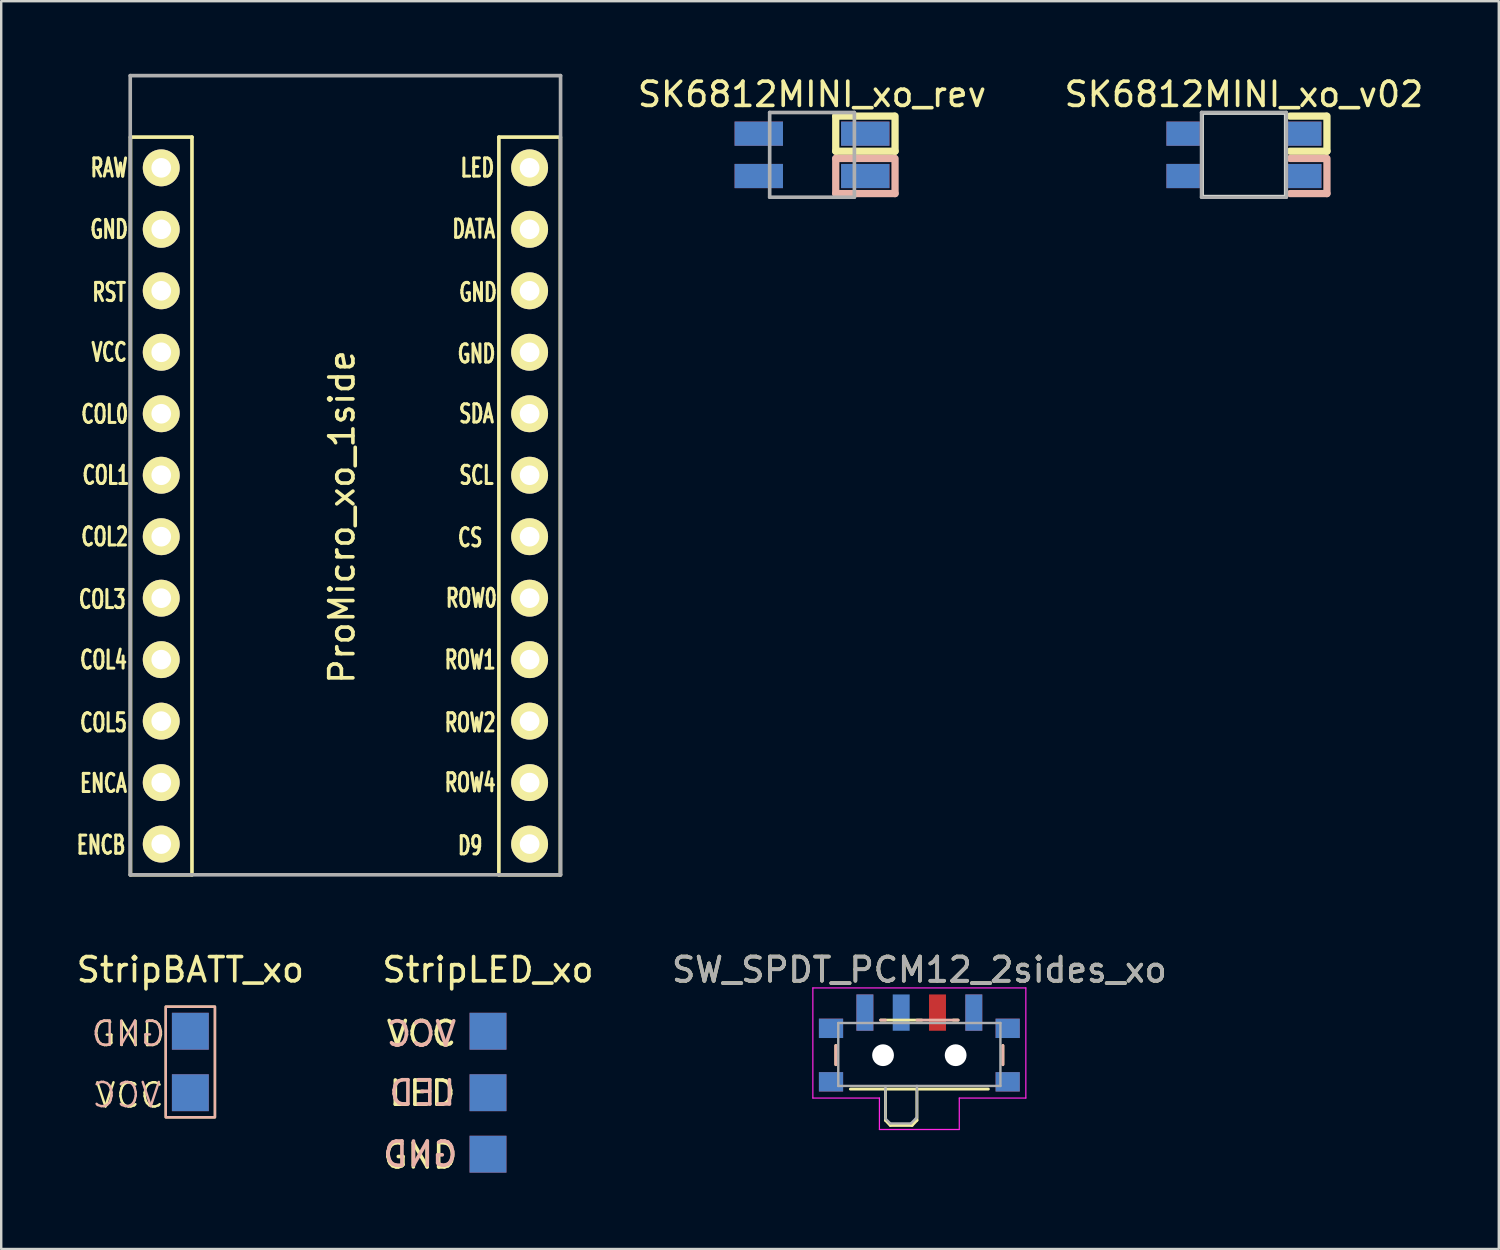
<source format=kicad_pcb>
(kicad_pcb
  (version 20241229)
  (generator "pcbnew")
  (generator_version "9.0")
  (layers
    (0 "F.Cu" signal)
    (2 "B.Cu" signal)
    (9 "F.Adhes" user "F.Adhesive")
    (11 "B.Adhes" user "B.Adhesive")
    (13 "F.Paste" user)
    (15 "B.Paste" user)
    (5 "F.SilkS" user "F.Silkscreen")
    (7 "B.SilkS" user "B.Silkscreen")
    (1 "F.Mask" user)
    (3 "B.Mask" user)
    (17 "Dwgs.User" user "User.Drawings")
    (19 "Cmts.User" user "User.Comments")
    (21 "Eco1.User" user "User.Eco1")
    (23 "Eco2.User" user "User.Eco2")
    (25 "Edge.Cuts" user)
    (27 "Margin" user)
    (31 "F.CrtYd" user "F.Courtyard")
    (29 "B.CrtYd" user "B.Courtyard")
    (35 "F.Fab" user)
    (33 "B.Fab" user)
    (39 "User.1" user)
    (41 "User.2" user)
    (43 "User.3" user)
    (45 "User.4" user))
  (footprint "StripLED_xo"
    (layer "F.Cu")
    (at 17.113 39.558)
    (property "Reference" "StripLED_xo" (at 0 -2.54 0) (layer "F.SilkS") (effects (font (size 1 1) (thickness 0.15))))
    (attr through_hole)
    (fp_text user "VCC" (at -2.75 0.1 0) (layer "F.SilkS") (effects (font (size 1 1) (thickness 0.15))))
    (fp_text user "GND" (at -2.8 5.15 0) (layer "F.SilkS") (effects (font (size 1 1) (thickness 0.15))))
    (fp_text user "LED" (at -2.71 2.56 0) (layer "F.SilkS") (effects (font (size 1 1) (thickness 0.15))))
    (fp_text user "LED" (at -2.714 2.549 0) (layer "B.SilkS") (effects (font (size 1 1) (thickness 0.15)) (justify mirror)))
    (fp_text user "VCC" (at -2.75 0.112 0) (layer "B.SilkS") (effects (font (size 1 1) (thickness 0.15)) (justify mirror)))
    (fp_text user "GND" (at -2.794 5.08 0) (layer "B.SilkS") (effects (font (size 1 1) (thickness 0.15)) (justify mirror)))
    (pad "1" smd rect (at 0 5.08) (size 1.524 1.524) (layers "F.Cu" "F.Mask"))
    (pad "1" smd rect (at 0 5.08) (size 1.524 1.524) (layers "B.Cu" "B.Mask"))
    (pad "2" smd rect (at 0 2.54) (size 1.524 1.524) (layers "F.Cu" "F.Mask"))
    (pad "2" smd rect (at 0 2.54) (size 1.524 1.524) (layers "B.Cu" "B.Mask"))
    (pad "3" smd rect (at 0 0) (size 1.524 1.524) (layers "F.Cu" "F.Mask"))
    (pad "3" smd rect (at 0 0) (size 1.524 1.524) (layers "B.Cu" "B.Mask")))
  (footprint "SK6812MINI_xo_v02"
    (layer "F.Cu")
    (at 48.346 3.348)
    (property "Reference" "SK6812MINI_xo_v02" (at 0 -2.5 0) (layer "F.SilkS") (effects (font (size 1 1) (thickness 0.15))))
    (attr through_hole)
    (fp_line (start 1.905 -1.6) (end 3.4 -1.6) (stroke (width 0.3) (type solid)) (layer "F.SilkS"))
    (fp_line (start 3.43 -1.6) (end 3.43 -0.15) (stroke (width 0.3) (type solid)) (layer "F.SilkS"))
    (fp_line (start 3.43 -0.15) (end 1.905 -0.15) (stroke (width 0.3) (type solid)) (layer "F.SilkS"))
    (fp_line (start 1.905 0.15) (end 3.4 0.15) (stroke (width 0.3) (type solid)) (layer "B.SilkS"))
    (fp_line (start 3.43 0.15) (end 3.43 1.6) (stroke (width 0.3) (type solid)) (layer "B.SilkS"))
    (fp_line (start 3.43 1.6) (end 1.905 1.6) (stroke (width 0.3) (type solid)) (layer "B.SilkS"))
    (fp_rect (start -1.676 -1.676) (end 1.676 1.676) (stroke (width 0.05) (type default)) (fill no) (layer "Edge.Cuts"))
    (fp_line (start -1.75 -1.75) (end -1.75 1.75) (stroke (width 0.15) (type solid)) (layer "F.Fab"))
    (fp_line (start -1.75 -1.75) (end 1.75 -1.75) (stroke (width 0.15) (type solid)) (layer "F.Fab"))
    (fp_line (start 1.75 -1.75) (end 1.75 1.75) (stroke (width 0.15) (type solid)) (layer "F.Fab"))
    (fp_line (start 1.75 1.75) (end -1.75 1.75) (stroke (width 0.15) (type solid)) (layer "F.Fab"))
    (pad "1" smd rect (at -2.514 -0.875) (size 1.38 1) (layers "F.Cu" "F.Mask" "F.Paste"))
    (pad "1" smd rect (at -2.514 0.875) (size 1.38 1) (layers "B.Cu" "B.Mask" "B.Paste"))
    (pad "2" smd rect (at 2.514 -0.875) (size 1.38 1) (layers "F.Cu" "F.Mask" "F.Paste"))
    (pad "2" smd rect (at 2.514 0.875) (size 1.38 1) (layers "B.Cu" "B.Mask" "B.Paste"))
    (pad "3" smd rect (at 2.514 -0.875) (size 1.38 1) (layers "B.Cu" "B.Mask" "B.Paste"))
    (pad "3" smd rect (at 2.514 0.875) (size 1.38 1) (layers "F.Cu" "F.Mask" "F.Paste"))
    (pad "4" smd rect (at -2.514 -0.875) (size 1.38 1) (layers "B.Cu" "B.Mask" "B.Paste"))
    (pad "4" smd rect (at -2.514 0.875) (size 1.38 1) (layers "F.Cu" "F.Mask" "F.Paste")))
  (footprint "ProMicro_xo_1side"
    (layer "F.Cu")
    (at 11.176 18.363)
    (property "Reference" "ProMicro_xo_1side" (at -0.1 -0.05 270) (layer "F.SilkS") (effects (font (size 1 1) (thickness 0.15))))
    (attr through_hole)
    (fp_line (start -8.834 -15.748) (end -6.294 -15.748) (stroke (width 0.15) (type solid)) (layer "F.SilkS"))
    (fp_line (start -8.834 14.732) (end -8.834 -15.748) (stroke (width 0.15) (type solid)) (layer "F.SilkS"))
    (fp_line (start -6.294 -15.748) (end -6.294 14.732) (stroke (width 0.15) (type solid)) (layer "F.SilkS"))
    (fp_line (start -6.294 14.732) (end -8.834 14.732) (stroke (width 0.15) (type solid)) (layer "F.SilkS"))
    (fp_line (start 6.386 -15.748) (end 8.926 -15.748) (stroke (width 0.15) (type solid)) (layer "F.SilkS"))
    (fp_line (start 6.386 14.732) (end 6.386 -15.748) (stroke (width 0.15) (type solid)) (layer "F.SilkS"))
    (fp_line (start 8.926 -15.748) (end 8.926 14.732) (stroke (width 0.15) (type solid)) (layer "F.SilkS"))
    (fp_line (start 8.926 14.732) (end 6.386 14.732) (stroke (width 0.15) (type solid)) (layer "F.SilkS"))
    (fp_line (start -8.845 -18.288) (end 8.935 -18.288) (stroke (width 0.15) (type solid)) (layer "F.Fab"))
    (fp_line (start -8.845 14.732) (end -8.845 -18.288) (stroke (width 0.15) (type solid)) (layer "F.Fab"))
    (fp_line (start 8.935 -18.288) (end 8.935 14.732) (stroke (width 0.15) (type solid)) (layer "F.Fab"))
    (fp_line (start 8.935 14.732) (end -8.845 14.732) (stroke (width 0.15) (type solid)) (layer "F.Fab"))
    (fp_text user "ENCA" (at -9.95 10.95 0) (layer "F.SilkS") (effects (font (size 0.75 0.5) (thickness 0.125))))
    (fp_text user "COL5" (at -9.95 8.445 0) (layer "F.SilkS") (effects (font (size 0.75 0.5) (thickness 0.125))))
    (fp_text user "GND" (at 5.524 -9.335 0) (layer "F.SilkS") (effects (font (size 0.75 0.5) (thickness 0.125))))
    (fp_text user "ROW2" (at 5.2 8.445 0) (layer "F.SilkS") (effects (font (size 0.75 0.5) (thickness 0.125))))
    (fp_text user "LED" (at 5.5 -14.478 0) (layer "F.SilkS") (effects (font (size 0.75 0.5) (thickness 0.125))))
    (fp_text user "RST" (at -9.716 -9.335 0) (layer "F.SilkS") (effects (font (size 0.75 0.5) (thickness 0.125))))
    (fp_text user "" (at -0.5 -17.25 0) (layer "F.SilkS") (effects (font (size 1 1) (thickness 0.15))))
    (fp_text user "D9" (at 5.2 13.525 0) (layer "F.SilkS") (effects (font (size 0.75 0.5) (thickness 0.125))))
    (fp_text user "COL4" (at -9.95 5.85 0) (layer "F.SilkS") (effects (font (size 0.75 0.5) (thickness 0.125))))
    (fp_text user "COL0" (at -9.9 -4.3 0) (layer "F.SilkS") (effects (font (size 0.75 0.5) (thickness 0.125))))
    (fp_text user "ROW0" (at 5.25 3.302 0) (layer "F.SilkS") (effects (font (size 0.75 0.5) (thickness 0.125))))
    (fp_text user "COL1" (at -9.85 -1.778 0) (layer "F.SilkS") (effects (font (size 0.75 0.5) (thickness 0.125))))
    (fp_text user "ENCB" (at -10.05 13.5 0) (layer "F.SilkS") (effects (font (size 0.75 0.5) (thickness 0.125))))
    (fp_text user "ROW1" (at 5.2 5.85 0) (layer "F.SilkS") (effects (font (size 0.75 0.5) (thickness 0.125))))
    (fp_text user "COL3" (at -10 3.35 0) (layer "F.SilkS") (effects (font (size 0.75 0.5) (thickness 0.125))))
    (fp_text user "SCL" (at 5.461 -1.778 0) (layer "F.SilkS") (effects (font (size 0.75 0.5) (thickness 0.125))))
    (fp_text user "CS" (at 5.2 0.8 0) (layer "F.SilkS") (effects (font (size 0.75 0.5) (thickness 0.125))))
    (fp_text user "DATA" (at 5.35 -11.95 0) (layer "F.SilkS") (effects (font (size 0.75 0.5) (thickness 0.125))))
    (fp_text user "SDA" (at 5.461 -4.318 0) (layer "F.SilkS") (effects (font (size 0.75 0.5) (thickness 0.125))))
    (fp_text user "GND" (at -9.716 -11.938 0) (layer "F.SilkS") (effects (font (size 0.75 0.5) (thickness 0.125))))
    (fp_text user "RAW" (at -9.716 -14.478 0) (layer "F.SilkS") (effects (font (size 0.75 0.5) (thickness 0.125))))
    (fp_text user "GND" (at 5.461 -6.795 0) (layer "F.SilkS") (effects (font (size 0.75 0.5) (thickness 0.125))))
    (fp_text user "COL2" (at -9.9 0.762 0) (layer "F.SilkS") (effects (font (size 0.75 0.5) (thickness 0.125))))
    (fp_text user "ROW4" (at 5.2 10.922 0) (layer "F.SilkS") (effects (font (size 0.75 0.5) (thickness 0.125))))
    (fp_text user "VCC" (at -9.716 -6.858 0) (layer "F.SilkS") (effects (font (size 0.75 0.5) (thickness 0.125))))
    (fp_text user "" (at -1.206 -16.256 0) (layer "B.SilkS") (effects (font (size 1 1) (thickness 0.15)) (justify mirror)))
    (pad "1" thru_hole circle (at 7.656 -14.478) (size 1.524 1.524) (drill 0.813) (layers "*.Cu" "B.Mask" "F.SilkS"))
    (pad "2" thru_hole circle (at 7.656 -11.938) (size 1.524 1.524) (drill 0.813) (layers "*.Cu" "B.Mask" "F.SilkS"))
    (pad "3" thru_hole circle (at 7.656 -9.398) (size 1.524 1.524) (drill 0.813) (layers "*.Cu" "B.Mask" "F.SilkS"))
    (pad "4" thru_hole circle (at 7.656 -6.858) (size 1.524 1.524) (drill 0.813) (layers "*.Cu" "B.Mask" "F.SilkS"))
    (pad "5" thru_hole circle (at 7.656 -4.318) (size 1.524 1.524) (drill 0.813) (layers "*.Cu" "B.Mask" "F.SilkS"))
    (pad "6" thru_hole circle (at 7.656 -1.778) (size 1.524 1.524) (drill 0.813) (layers "*.Cu" "B.Mask" "F.SilkS"))
    (pad "7" thru_hole circle (at 7.656 0.762) (size 1.524 1.524) (drill 0.813) (layers "*.Cu" "B.Mask" "F.SilkS"))
    (pad "8" thru_hole circle (at 7.656 3.302) (size 1.524 1.524) (drill 0.813) (layers "*.Cu" "B.Mask" "F.SilkS"))
    (pad "9" thru_hole circle (at 7.656 5.842) (size 1.524 1.524) (drill 0.813) (layers "*.Cu" "B.Mask" "F.SilkS"))
    (pad "10" thru_hole circle (at 7.656 8.382) (size 1.524 1.524) (drill 0.813) (layers "*.Cu" "B.Mask" "F.SilkS"))
    (pad "11" thru_hole circle (at 7.656 10.922) (size 1.524 1.524) (drill 0.813) (layers "*.Cu" "B.Mask" "F.SilkS"))
    (pad "12" thru_hole circle (at 7.656 13.462) (size 1.524 1.524) (drill 0.813) (layers "*.Cu" "B.Mask" "F.SilkS"))
    (pad "13" thru_hole circle (at -7.564 13.462) (size 1.524 1.524) (drill 0.813) (layers "*.Cu" "B.Mask" "F.SilkS"))
    (pad "14" thru_hole circle (at -7.564 10.922) (size 1.524 1.524) (drill 0.813) (layers "*.Cu" "B.Mask" "F.SilkS"))
    (pad "15" thru_hole circle (at -7.564 8.382) (size 1.524 1.524) (drill 0.813) (layers "*.Cu" "B.Mask" "F.SilkS"))
    (pad "16" thru_hole circle (at -7.564 5.842) (size 1.524 1.524) (drill 0.813) (layers "*.Cu" "B.Mask" "F.SilkS"))
    (pad "17" thru_hole circle (at -7.564 3.302) (size 1.524 1.524) (drill 0.813) (layers "*.Cu" "B.Mask" "F.SilkS"))
    (pad "18" thru_hole circle (at -7.564 0.762) (size 1.524 1.524) (drill 0.813) (layers "*.Cu" "B.Mask" "F.SilkS"))
    (pad "19" thru_hole circle (at -7.564 -1.778) (size 1.524 1.524) (drill 0.813) (layers "*.Cu" "B.Mask" "F.SilkS"))
    (pad "20" thru_hole circle (at -7.564 -4.318) (size 1.524 1.524) (drill 0.813) (layers "*.Cu" "B.Mask" "F.SilkS"))
    (pad "21" thru_hole circle (at -7.564 -6.858) (size 1.524 1.524) (drill 0.813) (layers "*.Cu" "B.Mask" "F.SilkS"))
    (pad "22" thru_hole circle (at -7.564 -9.398) (size 1.524 1.524) (drill 0.813) (layers "*.Cu" "B.Mask" "F.SilkS"))
    (pad "23" thru_hole circle (at -7.564 -11.938) (size 1.524 1.524) (drill 0.813) (layers "*.Cu" "B.Mask" "F.SilkS"))
    (pad "24" thru_hole circle (at -7.564 -14.478) (size 1.524 1.524) (drill 0.813) (layers "*.Cu" "B.Mask" "F.SilkS")))
  (footprint "SK6812MINI_xo_rev"
    (layer "F.Cu")
    (at 30.501 3.348)
    (property "Reference" "SK6812MINI_xo_rev" (at 0 -2.5 0) (layer "F.SilkS") (effects (font (size 1 1) (thickness 0.15))))
    (attr through_hole)
    (fp_line (start 0.98 -1.6) (end 3.4 -1.6) (stroke (width 0.3) (type solid)) (layer "F.SilkS"))
    (fp_line (start 0.98 -0.15) (end 0.98 -1.6) (stroke (width 0.3) (type solid)) (layer "F.SilkS"))
    (fp_line (start 3.43 -1.6) (end 3.43 -0.15) (stroke (width 0.3) (type solid)) (layer "F.SilkS"))
    (fp_line (start 3.43 -0.15) (end 0.98 -0.15) (stroke (width 0.3) (type solid)) (layer "F.SilkS"))
    (fp_line (start 0.98 0.15) (end 3.4 0.15) (stroke (width 0.3) (type solid)) (layer "B.SilkS"))
    (fp_line (start 0.98 1.6) (end 0.98 0.15) (stroke (width 0.3) (type solid)) (layer "B.SilkS"))
    (fp_line (start 3.43 0.15) (end 3.43 1.6) (stroke (width 0.3) (type solid)) (layer "B.SilkS"))
    (fp_line (start 3.43 1.6) (end 0.98 1.6) (stroke (width 0.3) (type solid)) (layer "B.SilkS"))
    (fp_line (start -1.75 -1.75) (end -1.75 1.75) (stroke (width 0.15) (type solid)) (layer "F.Fab"))
    (fp_line (start -1.75 -1.75) (end 1.75 -1.75) (stroke (width 0.15) (type solid)) (layer "F.Fab"))
    (fp_line (start 1.75 -1.75) (end 1.75 1.75) (stroke (width 0.15) (type solid)) (layer "F.Fab"))
    (fp_line (start 1.75 1.75) (end -1.75 1.75) (stroke (width 0.15) (type solid)) (layer "F.Fab"))
    (pad "1" smd rect (at -2.2 -0.875) (size 2 1) (layers "F.Cu" "F.Mask" "F.Paste"))
    (pad "1" smd rect (at -2.2 0.875) (size 2 1) (layers "B.Cu" "B.Mask" "B.Paste"))
    (pad "2" smd rect (at 2.2 -0.875) (size 2 1) (layers "F.Cu" "F.Mask" "F.Paste"))
    (pad "2" smd rect (at 2.2 0.875) (size 2 1) (layers "B.Cu" "B.Mask" "B.Paste"))
    (pad "3" smd rect (at 2.2 -0.875) (size 2 1) (layers "B.Cu" "B.Mask" "B.Paste"))
    (pad "3" smd rect (at 2.2 0.875) (size 2 1) (layers "F.Cu" "F.Mask" "F.Paste"))
    (pad "4" smd rect (at -2.2 -0.875) (size 2 1) (layers "B.Cu" "B.Mask" "B.Paste"))
    (pad "4" smd rect (at -2.2 0.875) (size 2 1) (layers "F.Cu" "F.Mask" "F.Paste")))
  (footprint "SW_SPDT_PCM12_2sides_xo"
    (layer "F.Cu")
    (at 34.935 40.218)
    (property "Reference" "SW_SPDT_PCM12_2sides_xo" (at 0 -3.2 0) (layer "F.SilkS") (effects (font (size 1 1) (thickness 0.15))))
    (attr smd)
    (fp_line (start -3.45 -0.07) (end -3.45 0.72) (stroke (width 0.12) (type solid)) (layer "F.SilkS"))
    (fp_line (start -2.85 1.73) (end 2.85 1.73) (stroke (width 0.12) (type solid)) (layer "F.SilkS"))
    (fp_line (start -1.6 -1.12) (end 0.1 -1.12) (stroke (width 0.12) (type solid)) (layer "F.SilkS"))
    (fp_line (start -1.4 1.73) (end -1.4 3.02) (stroke (width 0.12) (type solid)) (layer "F.SilkS"))
    (fp_line (start -1.4 3.02) (end -1.2 3.23) (stroke (width 0.12) (type solid)) (layer "F.SilkS"))
    (fp_line (start -1.2 3.23) (end -0.3 3.23) (stroke (width 0.12) (type solid)) (layer "F.SilkS"))
    (fp_line (start -0.1 3.02) (end -0.3 3.23) (stroke (width 0.12) (type solid)) (layer "F.SilkS"))
    (fp_line (start -0.1 3.02) (end -0.1 1.73) (stroke (width 0.12) (type solid)) (layer "F.SilkS"))
    (fp_line (start 1.4 -1.12) (end 1.6 -1.12) (stroke (width 0.12) (type solid)) (layer "F.SilkS"))
    (fp_line (start 3.45 0.72) (end 3.45 -0.07) (stroke (width 0.12) (type solid)) (layer "F.SilkS"))
    (fp_line (start -3.45 -0.07) (end -3.45 0.72) (stroke (width 0.12) (type solid)) (layer "B.SilkS"))
    (fp_line (start -1.4 -1.12) (end -1.6 -1.12) (stroke (width 0.12) (type solid)) (layer "B.SilkS"))
    (fp_line (start 1.6 -1.12) (end -0.1 -1.12) (stroke (width 0.12) (type solid)) (layer "B.SilkS"))
    (fp_line (start 3.45 0.72) (end 3.45 -0.07) (stroke (width 0.12) (type solid)) (layer "B.SilkS"))
    (fp_line (start -4.4 -2.45) (end 4.4 -2.45) (stroke (width 0.05) (type solid)) (layer "F.CrtYd"))
    (fp_line (start -4.4 2.1) (end -4.4 -2.45) (stroke (width 0.05) (type solid)) (layer "F.CrtYd"))
    (fp_line (start -1.65 2.1) (end -4.4 2.1) (stroke (width 0.05) (type solid)) (layer "F.CrtYd"))
    (fp_line (start -1.65 3.4) (end -1.65 2.1) (stroke (width 0.05) (type solid)) (layer "F.CrtYd"))
    (fp_line (start 1.65 2.1) (end 1.65 3.4) (stroke (width 0.05) (type solid)) (layer "F.CrtYd"))
    (fp_line (start 1.65 3.4) (end -1.65 3.4) (stroke (width 0.05) (type solid)) (layer "F.CrtYd"))
    (fp_line (start 4.4 -2.45) (end 4.4 2.1) (stroke (width 0.05) (type solid)) (layer "F.CrtYd"))
    (fp_line (start 4.4 2.1) (end 1.65 2.1) (stroke (width 0.05) (type solid)) (layer "F.CrtYd"))
    (fp_line (start -3.35 -1) (end -3.35 1.6) (stroke (width 0.1) (type solid)) (layer "F.Fab"))
    (fp_line (start -3.35 1.6) (end 3.35 1.6) (stroke (width 0.1) (type solid)) (layer "F.Fab"))
    (fp_line (start -1.4 1.65) (end -1.4 2.95) (stroke (width 0.1) (type solid)) (layer "F.Fab"))
    (fp_line (start -1.4 2.95) (end -1.2 3.15) (stroke (width 0.1) (type solid)) (layer "F.Fab"))
    (fp_line (start -1.2 3.15) (end -0.35 3.15) (stroke (width 0.1) (type solid)) (layer "F.Fab"))
    (fp_line (start -0.35 3.15) (end -0.15 2.95) (stroke (width 0.1) (type solid)) (layer "F.Fab"))
    (fp_line (start -0.15 2.95) (end -0.1 2.9) (stroke (width 0.1) (type solid)) (layer "F.Fab"))
    (fp_line (start -0.1 2.9) (end -0.1 1.6) (stroke (width 0.1) (type solid)) (layer "F.Fab"))
    (fp_line (start 3.35 -1) (end -3.35 -1) (stroke (width 0.1) (type solid)) (layer "F.Fab"))
    (fp_line (start 3.35 1.6) (end 3.35 -1) (stroke (width 0.1) (type solid)) (layer "F.Fab"))
    (fp_text user "${REFERENCE}" (at 0 -3.2 0) (layer "F.Fab") (effects (font (size 1 1) (thickness 0.15))))
    (pad "" smd rect (at -3.65 -0.78) (size 1 0.8) (layers "F.Cu" "F.Mask" "F.Paste"))
    (pad "" smd rect (at -3.65 -0.78) (size 1 0.8) (layers "B.Cu" "B.Mask" "B.Paste"))
    (pad "" smd rect (at -3.65 1.43) (size 1 0.8) (layers "F.Cu" "F.Mask" "F.Paste"))
    (pad "" smd rect (at -3.65 1.43) (size 1 0.8) (layers "B.Cu" "B.Mask" "B.Paste"))
    (pad "" np_thru_hole circle (at -1.5 0.33) (size 0.9 0.9) (drill 0.9) (layers "*.Cu" "*.Mask"))
    (pad "" np_thru_hole circle (at 1.5 0.33) (size 0.9 0.9) (drill 0.9) (layers "*.Cu" "*.Mask"))
    (pad "" smd rect (at 3.65 -0.78) (size 1 0.8) (layers "F.Cu" "F.Mask" "F.Paste"))
    (pad "" smd rect (at 3.65 -0.78) (size 1 0.8) (layers "B.Cu" "B.Mask" "B.Paste"))
    (pad "" smd rect (at 3.65 1.43) (size 1 0.8) (layers "F.Cu" "F.Mask" "F.Paste"))
    (pad "" smd rect (at 3.65 1.43) (size 1 0.8) (layers "B.Cu" "B.Mask" "B.Paste"))
    (pad "1" smd rect (at -2.25 -1.43) (size 0.7 1.5) (layers "F.Cu" "F.Mask" "F.Paste"))
    (pad "1" smd rect (at 2.25 -1.43) (size 0.7 1.5) (layers "B.Cu" "B.Mask" "B.Paste"))
    (pad "2" smd rect (at -0.75 -1.43) (size 0.7 1.5) (layers "B.Cu" "B.Mask" "B.Paste"))
    (pad "2" smd rect (at 0.75 -1.43) (size 0.7 1.5) (layers "F.Cu" "F.Mask" "F.Paste"))
    (pad "3" smd rect (at -2.25 -1.43) (size 0.7 1.5) (layers "B.Cu" "B.Mask" "B.Paste"))
    (pad "3" smd rect (at 2.25 -1.43) (size 0.7 1.5) (layers "F.Cu" "F.Mask" "F.Paste")))
  (footprint "StripBATT_xo"
    (layer "F.Cu")
    (at 4.815 39.558)
    (property "Reference" "StripBATT_xo" (at 0 -2.54 0) (layer "F.SilkS") (effects (font (size 1 1) (thickness 0.15))))
    (attr through_hole)
    (fp_rect (start 1.016 -1.016) (end -1.016 3.556) (stroke (width 0.1) (type default)) (fill no) (layer "F.SilkS"))
    (fp_rect (start 1.016 -1.016) (end -1.016 3.556) (stroke (width 0.1) (type default)) (fill no) (layer "B.SilkS"))
    (fp_text user "GND" (at -4.139 0.698 0) (unlocked yes) (layer "F.SilkS") (effects (font (size 1 1) (thickness 0.1)) (justify left bottom)))
    (fp_text user "VCC" (at -4.003 3.235 0) (unlocked yes) (layer "F.SilkS") (effects (font (size 1 1) (thickness 0.1)) (justify left bottom)))
    (fp_text user "VCC" (at -1.142 3.221 0) (unlocked yes) (layer "B.SilkS") (effects (font (size 1 1) (thickness 0.1)) (justify left bottom mirror)))
    (fp_text user "GND" (at -0.983 0.686 0) (unlocked yes) (layer "B.SilkS") (effects (font (size 1 1) (thickness 0.1)) (justify left bottom mirror)))
    (pad "1" smd rect (at 0 0) (size 1.524 1.524) (layers "F.Cu" "F.Mask" "F.Paste"))
    (pad "1" smd rect (at 0 0) (size 1.524 1.524) (layers "B.Cu" "B.Mask" "B.Paste"))
    (pad "2" smd rect (at 0 2.54) (size 1.524 1.524) (layers "F.Cu" "F.Mask" "F.Paste"))
    (pad "2" smd rect (at 0 2.54) (size 1.524 1.524) (layers "B.Cu" "B.Mask" "B.Paste")))
  (gr_rect
    (start -3 -3)
    (end 58.876 48.556)
    (stroke (width 0.1) (type default))
    (fill no)
    (layer "Edge.Cuts")))
</source>
